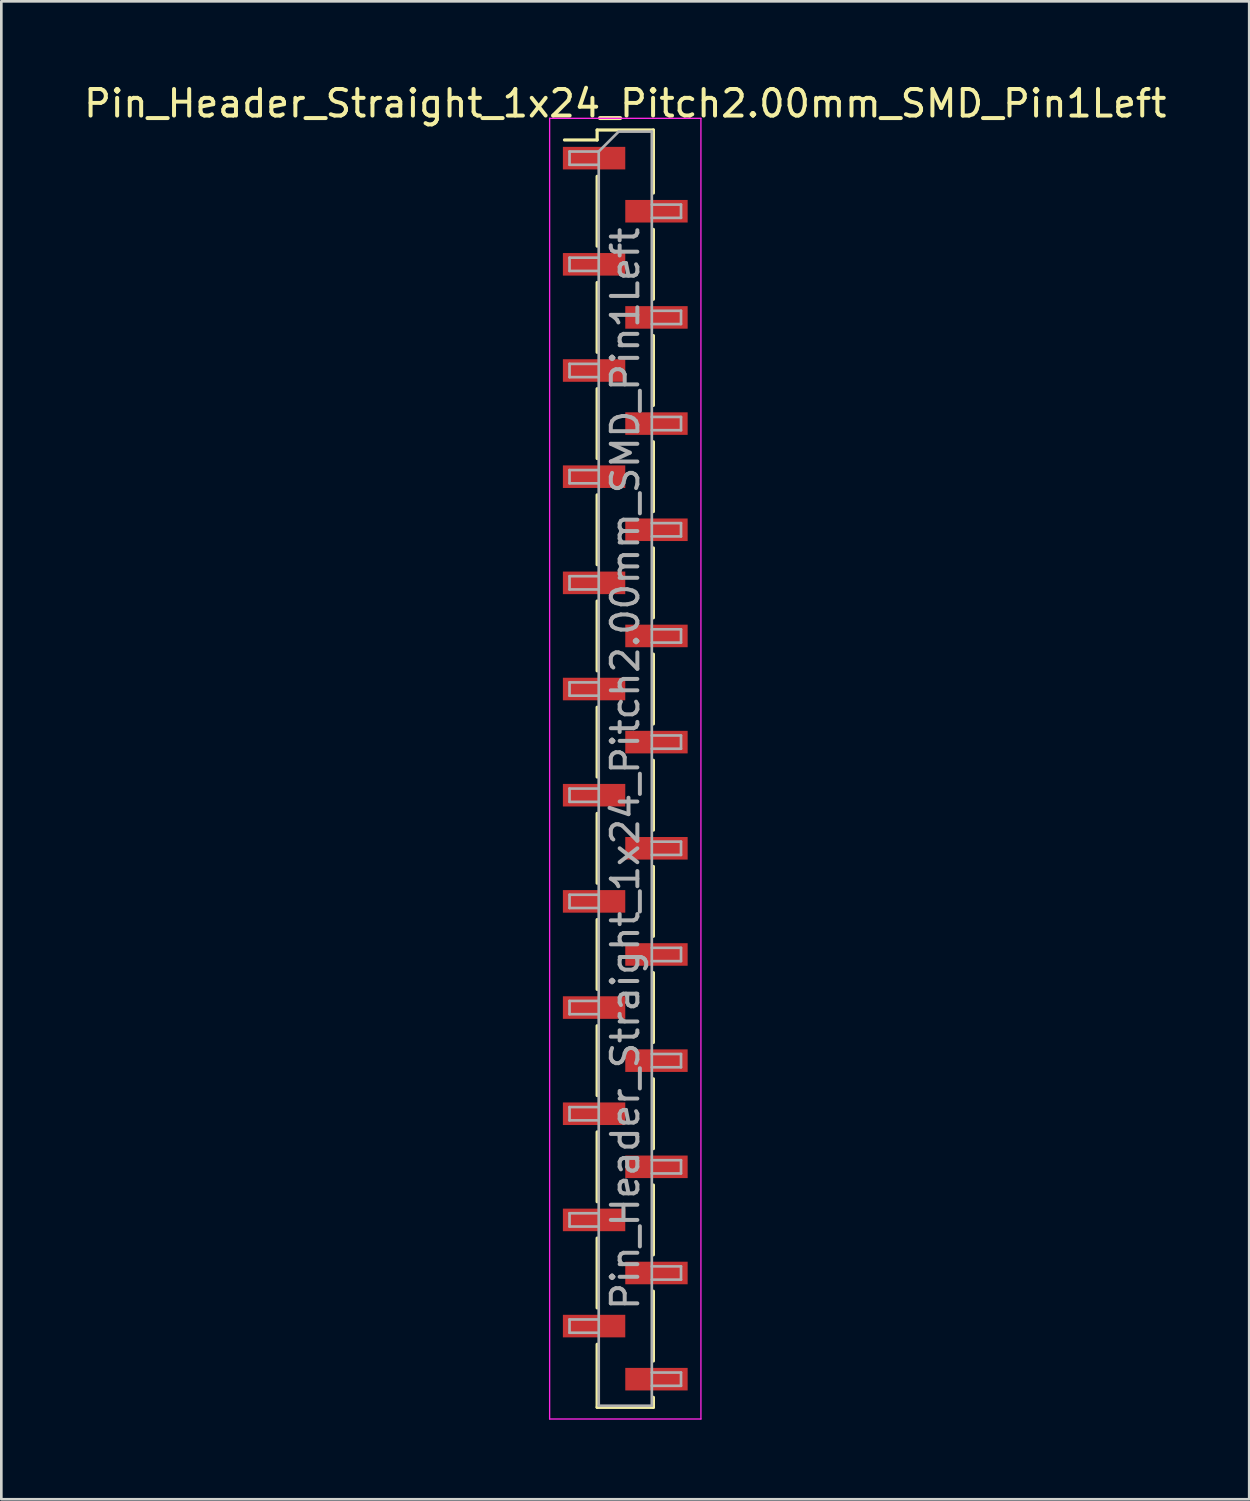
<source format=kicad_pcb>
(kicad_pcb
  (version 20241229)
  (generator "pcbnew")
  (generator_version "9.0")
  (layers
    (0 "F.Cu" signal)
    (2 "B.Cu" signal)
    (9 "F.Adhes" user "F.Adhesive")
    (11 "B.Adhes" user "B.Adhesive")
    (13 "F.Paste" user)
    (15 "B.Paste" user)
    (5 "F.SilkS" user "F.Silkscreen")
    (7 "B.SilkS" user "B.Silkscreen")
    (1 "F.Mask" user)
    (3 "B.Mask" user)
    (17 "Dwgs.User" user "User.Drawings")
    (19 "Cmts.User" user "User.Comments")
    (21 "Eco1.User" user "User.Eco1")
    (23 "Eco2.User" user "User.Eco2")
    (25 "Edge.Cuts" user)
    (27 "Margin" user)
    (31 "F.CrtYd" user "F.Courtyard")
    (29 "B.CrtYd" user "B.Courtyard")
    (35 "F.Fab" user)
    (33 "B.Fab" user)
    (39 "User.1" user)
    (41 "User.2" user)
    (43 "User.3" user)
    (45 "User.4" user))
  (footprint "Pin_Header_Straight_1x24_Pitch2.00mm_SMD_Pin1Left"
    (layer "F.Cu")
    (at 20.506 25.908)
    (property "Reference" "Pin_Header_Straight_1x24_Pitch2.00mm_SMD_Pin1Left" (at 0 -25.06 0) (layer "F.SilkS") (effects (font (size 1 1) (thickness 0.15))))
    (attr smd)
    (fp_line (start -1.06 -24.06) (end -1.06 -23.685) (stroke (width 0.12) (type solid)) (layer "F.SilkS"))
    (fp_line (start -1.06 -24.06) (end 1.06 -24.06) (stroke (width 0.12) (type solid)) (layer "F.SilkS"))
    (fp_line (start -1.06 -23.685) (end -2.29 -23.685) (stroke (width 0.12) (type solid)) (layer "F.SilkS"))
    (fp_line (start -1.06 -22.315) (end -1.06 -19.685) (stroke (width 0.12) (type solid)) (layer "F.SilkS"))
    (fp_line (start -1.06 -18.315) (end -1.06 -15.685) (stroke (width 0.12) (type solid)) (layer "F.SilkS"))
    (fp_line (start -1.06 -14.315) (end -1.06 -11.685) (stroke (width 0.12) (type solid)) (layer "F.SilkS"))
    (fp_line (start -1.06 -10.315) (end -1.06 -7.685) (stroke (width 0.12) (type solid)) (layer "F.SilkS"))
    (fp_line (start -1.06 -6.315) (end -1.06 -3.685) (stroke (width 0.12) (type solid)) (layer "F.SilkS"))
    (fp_line (start -1.06 -2.315) (end -1.06 0.315) (stroke (width 0.12) (type solid)) (layer "F.SilkS"))
    (fp_line (start -1.06 1.685) (end -1.06 4.315) (stroke (width 0.12) (type solid)) (layer "F.SilkS"))
    (fp_line (start -1.06 5.685) (end -1.06 8.315) (stroke (width 0.12) (type solid)) (layer "F.SilkS"))
    (fp_line (start -1.06 9.685) (end -1.06 12.315) (stroke (width 0.12) (type solid)) (layer "F.SilkS"))
    (fp_line (start -1.06 13.685) (end -1.06 16.315) (stroke (width 0.12) (type solid)) (layer "F.SilkS"))
    (fp_line (start -1.06 17.685) (end -1.06 20.315) (stroke (width 0.12) (type solid)) (layer "F.SilkS"))
    (fp_line (start -1.06 21.685) (end -1.06 24.06) (stroke (width 0.12) (type solid)) (layer "F.SilkS"))
    (fp_line (start -1.06 24.06) (end 1.06 24.06) (stroke (width 0.12) (type solid)) (layer "F.SilkS"))
    (fp_line (start 1.06 -24.06) (end 1.06 -21.685) (stroke (width 0.12) (type solid)) (layer "F.SilkS"))
    (fp_line (start 1.06 -20.315) (end 1.06 -17.685) (stroke (width 0.12) (type solid)) (layer "F.SilkS"))
    (fp_line (start 1.06 -16.315) (end 1.06 -13.685) (stroke (width 0.12) (type solid)) (layer "F.SilkS"))
    (fp_line (start 1.06 -12.315) (end 1.06 -9.685) (stroke (width 0.12) (type solid)) (layer "F.SilkS"))
    (fp_line (start 1.06 -8.315) (end 1.06 -5.685) (stroke (width 0.12) (type solid)) (layer "F.SilkS"))
    (fp_line (start 1.06 -4.315) (end 1.06 -1.685) (stroke (width 0.12) (type solid)) (layer "F.SilkS"))
    (fp_line (start 1.06 -0.315) (end 1.06 2.315) (stroke (width 0.12) (type solid)) (layer "F.SilkS"))
    (fp_line (start 1.06 3.685) (end 1.06 6.315) (stroke (width 0.12) (type solid)) (layer "F.SilkS"))
    (fp_line (start 1.06 7.685) (end 1.06 10.315) (stroke (width 0.12) (type solid)) (layer "F.SilkS"))
    (fp_line (start 1.06 11.685) (end 1.06 14.315) (stroke (width 0.12) (type solid)) (layer "F.SilkS"))
    (fp_line (start 1.06 15.685) (end 1.06 18.315) (stroke (width 0.12) (type solid)) (layer "F.SilkS"))
    (fp_line (start 1.06 19.685) (end 1.06 22.315) (stroke (width 0.12) (type solid)) (layer "F.SilkS"))
    (fp_line (start 1.06 23.685) (end 1.06 24.06) (stroke (width 0.12) (type solid)) (layer "F.SilkS"))
    (fp_line (start -2.85 -24.5) (end -2.85 24.5) (stroke (width 0.05) (type solid)) (layer "F.CrtYd"))
    (fp_line (start -2.85 24.5) (end 2.85 24.5) (stroke (width 0.05) (type solid)) (layer "F.CrtYd"))
    (fp_line (start 2.85 -24.5) (end -2.85 -24.5) (stroke (width 0.05) (type solid)) (layer "F.CrtYd"))
    (fp_line (start 2.85 24.5) (end 2.85 -24.5) (stroke (width 0.05) (type solid)) (layer "F.CrtYd"))
    (fp_line (start -2.1 -23.25) (end -2.1 -22.75) (stroke (width 0.1) (type solid)) (layer "F.Fab"))
    (fp_line (start -2.1 -22.75) (end -1 -22.75) (stroke (width 0.1) (type solid)) (layer "F.Fab"))
    (fp_line (start -2.1 -19.25) (end -2.1 -18.75) (stroke (width 0.1) (type solid)) (layer "F.Fab"))
    (fp_line (start -2.1 -18.75) (end -1 -18.75) (stroke (width 0.1) (type solid)) (layer "F.Fab"))
    (fp_line (start -2.1 -15.25) (end -2.1 -14.75) (stroke (width 0.1) (type solid)) (layer "F.Fab"))
    (fp_line (start -2.1 -14.75) (end -1 -14.75) (stroke (width 0.1) (type solid)) (layer "F.Fab"))
    (fp_line (start -2.1 -11.25) (end -2.1 -10.75) (stroke (width 0.1) (type solid)) (layer "F.Fab"))
    (fp_line (start -2.1 -10.75) (end -1 -10.75) (stroke (width 0.1) (type solid)) (layer "F.Fab"))
    (fp_line (start -2.1 -7.25) (end -2.1 -6.75) (stroke (width 0.1) (type solid)) (layer "F.Fab"))
    (fp_line (start -2.1 -6.75) (end -1 -6.75) (stroke (width 0.1) (type solid)) (layer "F.Fab"))
    (fp_line (start -2.1 -3.25) (end -2.1 -2.75) (stroke (width 0.1) (type solid)) (layer "F.Fab"))
    (fp_line (start -2.1 -2.75) (end -1 -2.75) (stroke (width 0.1) (type solid)) (layer "F.Fab"))
    (fp_line (start -2.1 0.75) (end -2.1 1.25) (stroke (width 0.1) (type solid)) (layer "F.Fab"))
    (fp_line (start -2.1 1.25) (end -1 1.25) (stroke (width 0.1) (type solid)) (layer "F.Fab"))
    (fp_line (start -2.1 4.75) (end -2.1 5.25) (stroke (width 0.1) (type solid)) (layer "F.Fab"))
    (fp_line (start -2.1 5.25) (end -1 5.25) (stroke (width 0.1) (type solid)) (layer "F.Fab"))
    (fp_line (start -2.1 8.75) (end -2.1 9.25) (stroke (width 0.1) (type solid)) (layer "F.Fab"))
    (fp_line (start -2.1 9.25) (end -1 9.25) (stroke (width 0.1) (type solid)) (layer "F.Fab"))
    (fp_line (start -2.1 12.75) (end -2.1 13.25) (stroke (width 0.1) (type solid)) (layer "F.Fab"))
    (fp_line (start -2.1 13.25) (end -1 13.25) (stroke (width 0.1) (type solid)) (layer "F.Fab"))
    (fp_line (start -2.1 16.75) (end -2.1 17.25) (stroke (width 0.1) (type solid)) (layer "F.Fab"))
    (fp_line (start -2.1 17.25) (end -1 17.25) (stroke (width 0.1) (type solid)) (layer "F.Fab"))
    (fp_line (start -2.1 20.75) (end -2.1 21.25) (stroke (width 0.1) (type solid)) (layer "F.Fab"))
    (fp_line (start -2.1 21.25) (end -1 21.25) (stroke (width 0.1) (type solid)) (layer "F.Fab"))
    (fp_line (start -1 -23.25) (end -2.1 -23.25) (stroke (width 0.1) (type solid)) (layer "F.Fab"))
    (fp_line (start -1 -23.25) (end -0.25 -24) (stroke (width 0.1) (type solid)) (layer "F.Fab"))
    (fp_line (start -1 -19.25) (end -2.1 -19.25) (stroke (width 0.1) (type solid)) (layer "F.Fab"))
    (fp_line (start -1 -15.25) (end -2.1 -15.25) (stroke (width 0.1) (type solid)) (layer "F.Fab"))
    (fp_line (start -1 -11.25) (end -2.1 -11.25) (stroke (width 0.1) (type solid)) (layer "F.Fab"))
    (fp_line (start -1 -7.25) (end -2.1 -7.25) (stroke (width 0.1) (type solid)) (layer "F.Fab"))
    (fp_line (start -1 -3.25) (end -2.1 -3.25) (stroke (width 0.1) (type solid)) (layer "F.Fab"))
    (fp_line (start -1 0.75) (end -2.1 0.75) (stroke (width 0.1) (type solid)) (layer "F.Fab"))
    (fp_line (start -1 4.75) (end -2.1 4.75) (stroke (width 0.1) (type solid)) (layer "F.Fab"))
    (fp_line (start -1 8.75) (end -2.1 8.75) (stroke (width 0.1) (type solid)) (layer "F.Fab"))
    (fp_line (start -1 12.75) (end -2.1 12.75) (stroke (width 0.1) (type solid)) (layer "F.Fab"))
    (fp_line (start -1 16.75) (end -2.1 16.75) (stroke (width 0.1) (type solid)) (layer "F.Fab"))
    (fp_line (start -1 20.75) (end -2.1 20.75) (stroke (width 0.1) (type solid)) (layer "F.Fab"))
    (fp_line (start -1 24) (end -1 -23.25) (stroke (width 0.1) (type solid)) (layer "F.Fab"))
    (fp_line (start -0.25 -24) (end 1 -24) (stroke (width 0.1) (type solid)) (layer "F.Fab"))
    (fp_line (start 1 -24) (end 1 24) (stroke (width 0.1) (type solid)) (layer "F.Fab"))
    (fp_line (start 1 -21.25) (end 2.1 -21.25) (stroke (width 0.1) (type solid)) (layer "F.Fab"))
    (fp_line (start 1 -17.25) (end 2.1 -17.25) (stroke (width 0.1) (type solid)) (layer "F.Fab"))
    (fp_line (start 1 -13.25) (end 2.1 -13.25) (stroke (width 0.1) (type solid)) (layer "F.Fab"))
    (fp_line (start 1 -9.25) (end 2.1 -9.25) (stroke (width 0.1) (type solid)) (layer "F.Fab"))
    (fp_line (start 1 -5.25) (end 2.1 -5.25) (stroke (width 0.1) (type solid)) (layer "F.Fab"))
    (fp_line (start 1 -1.25) (end 2.1 -1.25) (stroke (width 0.1) (type solid)) (layer "F.Fab"))
    (fp_line (start 1 2.75) (end 2.1 2.75) (stroke (width 0.1) (type solid)) (layer "F.Fab"))
    (fp_line (start 1 6.75) (end 2.1 6.75) (stroke (width 0.1) (type solid)) (layer "F.Fab"))
    (fp_line (start 1 10.75) (end 2.1 10.75) (stroke (width 0.1) (type solid)) (layer "F.Fab"))
    (fp_line (start 1 14.75) (end 2.1 14.75) (stroke (width 0.1) (type solid)) (layer "F.Fab"))
    (fp_line (start 1 18.75) (end 2.1 18.75) (stroke (width 0.1) (type solid)) (layer "F.Fab"))
    (fp_line (start 1 22.75) (end 2.1 22.75) (stroke (width 0.1) (type solid)) (layer "F.Fab"))
    (fp_line (start 1 24) (end -1 24) (stroke (width 0.1) (type solid)) (layer "F.Fab"))
    (fp_line (start 2.1 -21.25) (end 2.1 -20.75) (stroke (width 0.1) (type solid)) (layer "F.Fab"))
    (fp_line (start 2.1 -20.75) (end 1 -20.75) (stroke (width 0.1) (type solid)) (layer "F.Fab"))
    (fp_line (start 2.1 -17.25) (end 2.1 -16.75) (stroke (width 0.1) (type solid)) (layer "F.Fab"))
    (fp_line (start 2.1 -16.75) (end 1 -16.75) (stroke (width 0.1) (type solid)) (layer "F.Fab"))
    (fp_line (start 2.1 -13.25) (end 2.1 -12.75) (stroke (width 0.1) (type solid)) (layer "F.Fab"))
    (fp_line (start 2.1 -12.75) (end 1 -12.75) (stroke (width 0.1) (type solid)) (layer "F.Fab"))
    (fp_line (start 2.1 -9.25) (end 2.1 -8.75) (stroke (width 0.1) (type solid)) (layer "F.Fab"))
    (fp_line (start 2.1 -8.75) (end 1 -8.75) (stroke (width 0.1) (type solid)) (layer "F.Fab"))
    (fp_line (start 2.1 -5.25) (end 2.1 -4.75) (stroke (width 0.1) (type solid)) (layer "F.Fab"))
    (fp_line (start 2.1 -4.75) (end 1 -4.75) (stroke (width 0.1) (type solid)) (layer "F.Fab"))
    (fp_line (start 2.1 -1.25) (end 2.1 -0.75) (stroke (width 0.1) (type solid)) (layer "F.Fab"))
    (fp_line (start 2.1 -0.75) (end 1 -0.75) (stroke (width 0.1) (type solid)) (layer "F.Fab"))
    (fp_line (start 2.1 2.75) (end 2.1 3.25) (stroke (width 0.1) (type solid)) (layer "F.Fab"))
    (fp_line (start 2.1 3.25) (end 1 3.25) (stroke (width 0.1) (type solid)) (layer "F.Fab"))
    (fp_line (start 2.1 6.75) (end 2.1 7.25) (stroke (width 0.1) (type solid)) (layer "F.Fab"))
    (fp_line (start 2.1 7.25) (end 1 7.25) (stroke (width 0.1) (type solid)) (layer "F.Fab"))
    (fp_line (start 2.1 10.75) (end 2.1 11.25) (stroke (width 0.1) (type solid)) (layer "F.Fab"))
    (fp_line (start 2.1 11.25) (end 1 11.25) (stroke (width 0.1) (type solid)) (layer "F.Fab"))
    (fp_line (start 2.1 14.75) (end 2.1 15.25) (stroke (width 0.1) (type solid)) (layer "F.Fab"))
    (fp_line (start 2.1 15.25) (end 1 15.25) (stroke (width 0.1) (type solid)) (layer "F.Fab"))
    (fp_line (start 2.1 18.75) (end 2.1 19.25) (stroke (width 0.1) (type solid)) (layer "F.Fab"))
    (fp_line (start 2.1 19.25) (end 1 19.25) (stroke (width 0.1) (type solid)) (layer "F.Fab"))
    (fp_line (start 2.1 22.75) (end 2.1 23.25) (stroke (width 0.1) (type solid)) (layer "F.Fab"))
    (fp_line (start 2.1 23.25) (end 1 23.25) (stroke (width 0.1) (type solid)) (layer "F.Fab"))
    (fp_text user "${REFERENCE}" (at 0 0 90) (layer "F.Fab") (effects (font (size 1 1) (thickness 0.15))))
    (pad "1" smd rect (at -1.175 -23) (size 2.35 0.85) (layers "F.Cu" "F.Mask" "F.Paste"))
    (pad "2" smd rect (at 1.175 -21) (size 2.35 0.85) (layers "F.Cu" "F.Mask" "F.Paste"))
    (pad "3" smd rect (at -1.175 -19) (size 2.35 0.85) (layers "F.Cu" "F.Mask" "F.Paste"))
    (pad "4" smd rect (at 1.175 -17) (size 2.35 0.85) (layers "F.Cu" "F.Mask" "F.Paste"))
    (pad "5" smd rect (at -1.175 -15) (size 2.35 0.85) (layers "F.Cu" "F.Mask" "F.Paste"))
    (pad "6" smd rect (at 1.175 -13) (size 2.35 0.85) (layers "F.Cu" "F.Mask" "F.Paste"))
    (pad "7" smd rect (at -1.175 -11) (size 2.35 0.85) (layers "F.Cu" "F.Mask" "F.Paste"))
    (pad "8" smd rect (at 1.175 -9) (size 2.35 0.85) (layers "F.Cu" "F.Mask" "F.Paste"))
    (pad "9" smd rect (at -1.175 -7) (size 2.35 0.85) (layers "F.Cu" "F.Mask" "F.Paste"))
    (pad "10" smd rect (at 1.175 -5) (size 2.35 0.85) (layers "F.Cu" "F.Mask" "F.Paste"))
    (pad "11" smd rect (at -1.175 -3) (size 2.35 0.85) (layers "F.Cu" "F.Mask" "F.Paste"))
    (pad "12" smd rect (at 1.175 -1) (size 2.35 0.85) (layers "F.Cu" "F.Mask" "F.Paste"))
    (pad "13" smd rect (at -1.175 1) (size 2.35 0.85) (layers "F.Cu" "F.Mask" "F.Paste"))
    (pad "14" smd rect (at 1.175 3) (size 2.35 0.85) (layers "F.Cu" "F.Mask" "F.Paste"))
    (pad "15" smd rect (at -1.175 5) (size 2.35 0.85) (layers "F.Cu" "F.Mask" "F.Paste"))
    (pad "16" smd rect (at 1.175 7) (size 2.35 0.85) (layers "F.Cu" "F.Mask" "F.Paste"))
    (pad "17" smd rect (at -1.175 9) (size 2.35 0.85) (layers "F.Cu" "F.Mask" "F.Paste"))
    (pad "18" smd rect (at 1.175 11) (size 2.35 0.85) (layers "F.Cu" "F.Mask" "F.Paste"))
    (pad "19" smd rect (at -1.175 13) (size 2.35 0.85) (layers "F.Cu" "F.Mask" "F.Paste"))
    (pad "20" smd rect (at 1.175 15) (size 2.35 0.85) (layers "F.Cu" "F.Mask" "F.Paste"))
    (pad "21" smd rect (at -1.175 17) (size 2.35 0.85) (layers "F.Cu" "F.Mask" "F.Paste"))
    (pad "22" smd rect (at 1.175 19) (size 2.35 0.85) (layers "F.Cu" "F.Mask" "F.Paste"))
    (pad "23" smd rect (at -1.175 21) (size 2.35 0.85) (layers "F.Cu" "F.Mask" "F.Paste"))
    (pad "24" smd rect (at 1.175 23) (size 2.35 0.85) (layers "F.Cu" "F.Mask" "F.Paste")))
  (gr_rect
    (start -3 -3)
    (end 44.012 53.433)
    (stroke (width 0.1) (type default))
    (fill no)
    (layer "Edge.Cuts")))
</source>
